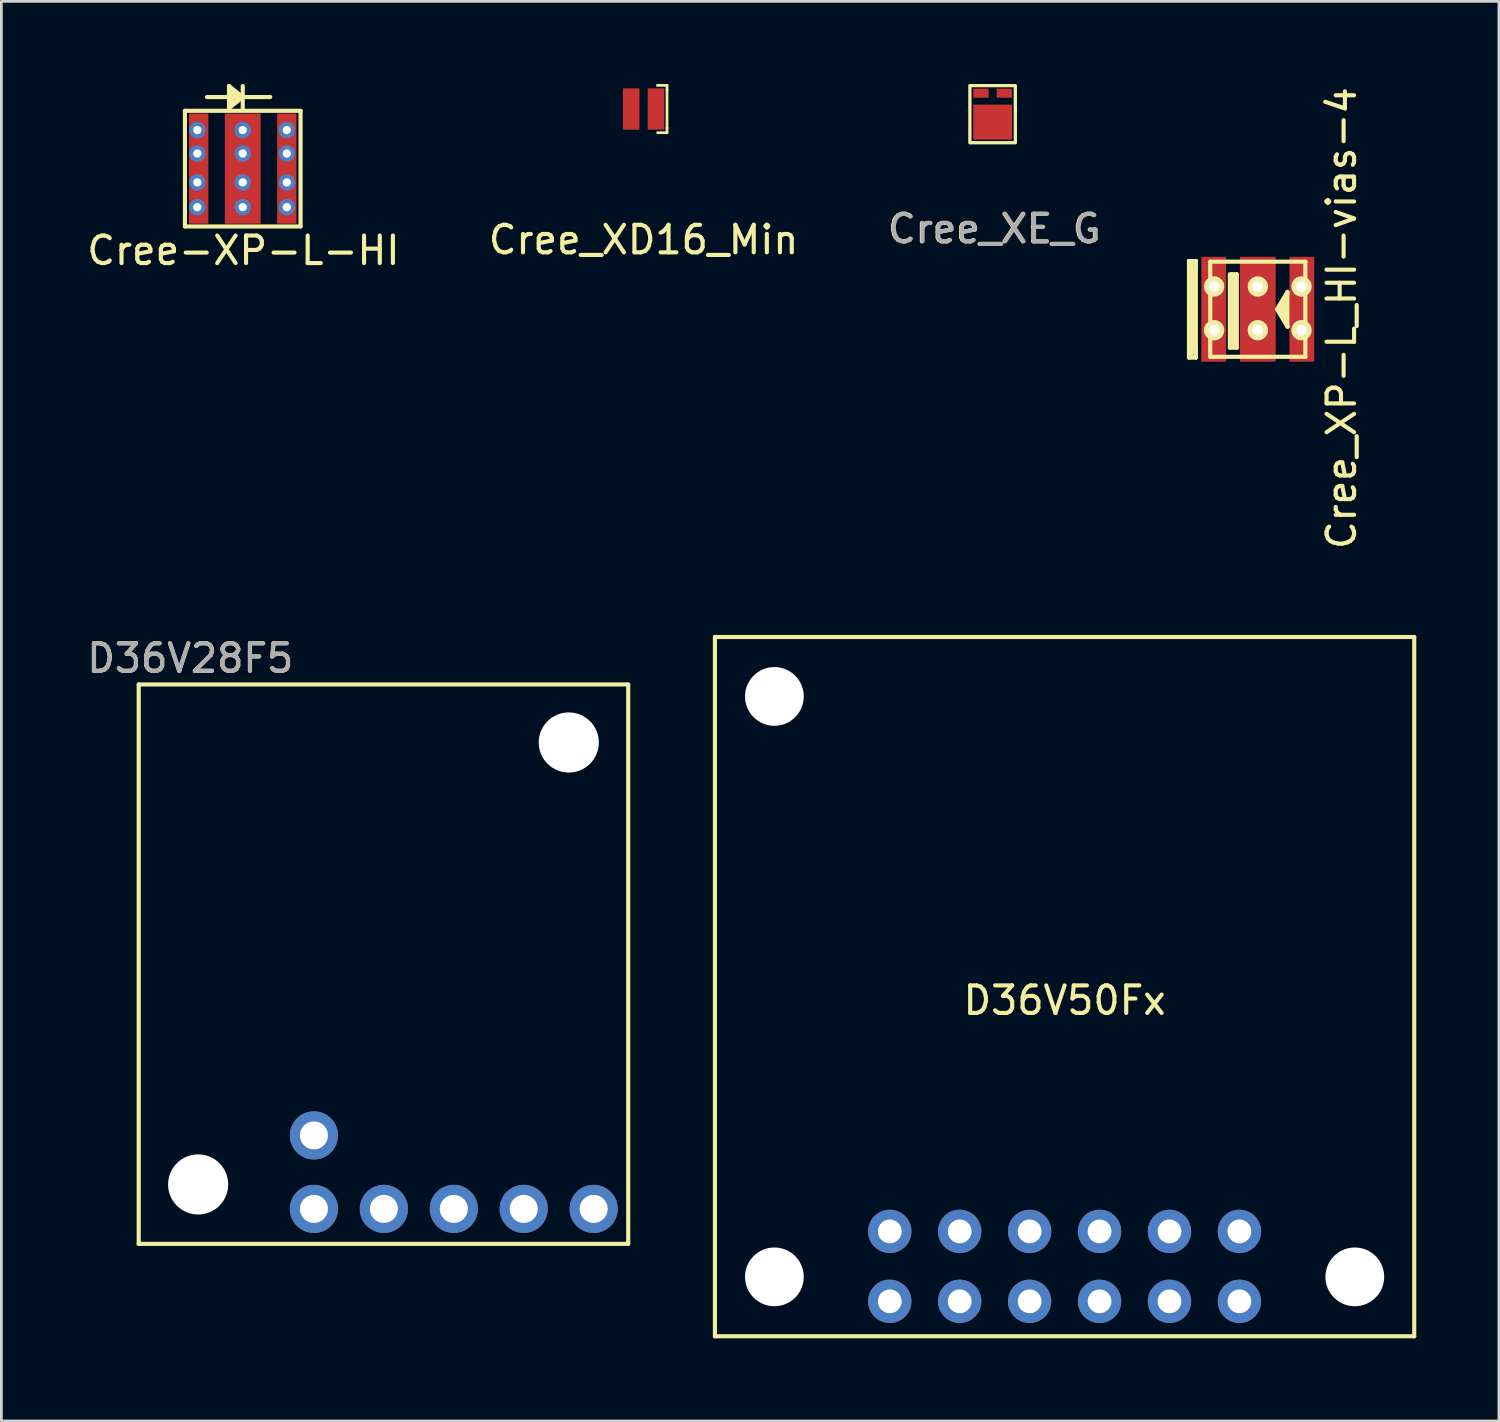
<source format=kicad_pcb>
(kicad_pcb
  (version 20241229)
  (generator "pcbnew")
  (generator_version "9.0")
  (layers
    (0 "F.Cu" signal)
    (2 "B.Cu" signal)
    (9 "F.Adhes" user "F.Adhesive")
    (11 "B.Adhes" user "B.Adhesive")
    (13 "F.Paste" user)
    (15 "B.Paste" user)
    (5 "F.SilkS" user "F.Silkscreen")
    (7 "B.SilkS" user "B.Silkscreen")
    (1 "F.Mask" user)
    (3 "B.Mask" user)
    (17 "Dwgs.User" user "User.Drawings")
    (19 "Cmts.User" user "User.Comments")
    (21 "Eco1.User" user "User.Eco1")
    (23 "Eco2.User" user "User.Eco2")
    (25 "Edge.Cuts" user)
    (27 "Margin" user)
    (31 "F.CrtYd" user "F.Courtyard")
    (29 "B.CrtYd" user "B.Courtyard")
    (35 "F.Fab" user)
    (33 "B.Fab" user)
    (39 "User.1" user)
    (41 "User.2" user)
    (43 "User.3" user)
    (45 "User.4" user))
  (footprint "D36V28F5"
    (layer "F.Cu")
    (at 11.113 33.11)
    (property "Reference" "D36V28F5" (at -7.25 -12.25 0) (unlocked yes) (layer "F.SilkS") (effects (font (size 1 1) (thickness 0.15))))
    (attr smd)
    (fp_line (start -9.125 -11.3) (end -9.125 9.02) (stroke (width 0.15) (type solid)) (layer "F.SilkS"))
    (fp_line (start -9.125 9.02) (end 8.655 9.02) (stroke (width 0.15) (type solid)) (layer "F.SilkS"))
    (fp_line (start 8.655 -11.3) (end -9.125 -11.3) (stroke (width 0.15) (type solid)) (layer "F.SilkS"))
    (fp_line (start 8.655 9.02) (end 8.655 -11.3) (stroke (width 0.15) (type solid)) (layer "F.SilkS"))
    (fp_text user "${REFERENCE}" (at -7.25 -12.25 0) (unlocked yes) (layer "F.Fab") (effects (font (size 1 1) (thickness 0.15))))
    (pad "" np_thru_hole circle (at -6.966 6.861) (size 2.184 2.184) (drill 2.184) (layers "*.Cu" "*.Mask"))
    (pad "" np_thru_hole circle (at 6.496 -9.192) (size 2.184 2.184) (drill 2.184) (layers "*.Cu" "*.Mask"))
    (pad "1" thru_hole circle (at 7.4 7.75) (size 1.75 1.75) (drill 1.02) (layers "*.Cu" "*.Mask"))
    (pad "2" thru_hole circle (at 4.86 7.75) (size 1.75 1.75) (drill 1.02) (layers "*.Cu" "*.Mask"))
    (pad "3" thru_hole circle (at 2.32 7.75) (size 1.75 1.75) (drill 1.02) (layers "*.Cu" "*.Mask"))
    (pad "4" thru_hole circle (at -0.22 7.75) (size 1.75 1.75) (drill 1.02) (layers "*.Cu" "*.Mask"))
    (pad "5" thru_hole circle (at -2.76 7.75) (size 1.75 1.75) (drill 1.02) (layers "*.Cu" "*.Mask"))
    (pad "6" thru_hole circle (at -2.76 5.08) (size 1.75 1.75) (drill 1.02) (layers "*.Cu" "*.Mask")))
  (footprint "Cree_XD16_Min"
    (layer "F.Cu")
    (at 20.327 0.91)
    (property "Reference" "Cree_XD16_Min" (at 0 4.75 0) (layer "F.SilkS") (effects (font (size 1 1) (thickness 0.15))))
    (attr through_hole)
    (fp_line (start 0.5 -0.86) (end 0.85 -0.86) (stroke (width 0.1) (type solid)) (layer "F.SilkS"))
    (fp_line (start 0.51 0.86) (end 0.85 0.86) (stroke (width 0.1) (type solid)) (layer "F.SilkS"))
    (fp_line (start 0.85 -0.86) (end 0.85 -0.7) (stroke (width 0.1) (type solid)) (layer "F.SilkS"))
    (fp_line (start 0.85 -0.7) (end 0.85 0.69) (stroke (width 0.1) (type solid)) (layer "F.SilkS"))
    (fp_line (start 0.85 0.86) (end 0.85 0.69) (stroke (width 0.1) (type solid)) (layer "F.SilkS"))
    (pad "1" smd rect (at -0.45 0) (size 0.6 1.5) (layers "F.Cu" "F.Mask" "F.Paste"))
    (pad "2" smd rect (at 0.45 0) (size 0.6 1.5) (layers "F.Cu" "F.Mask" "F.Paste")))
  (footprint "D36V50Fx"
    (layer "F.Cu")
    (at 35.618 32.787)
    (property "Reference" "D36V50Fx" (at 0 0.5 0) (layer "F.SilkS") (effects (font (size 1 1) (thickness 0.15))))
    (attr through_hole)
    (fp_line (start -12.7 -12.7) (end 12.7 -12.7) (stroke (width 0.15) (type solid)) (layer "F.SilkS"))
    (fp_line (start -12.7 12.7) (end -12.7 -12.7) (stroke (width 0.15) (type solid)) (layer "F.SilkS"))
    (fp_line (start 12.7 -12.7) (end 12.7 12.7) (stroke (width 0.15) (type solid)) (layer "F.SilkS"))
    (fp_line (start 12.7 12.7) (end -12.7 12.7) (stroke (width 0.15) (type solid)) (layer "F.SilkS"))
    (pad "" np_thru_hole circle (at -10.541 -10.541) (size 2.134 2.134) (drill 2.134) (layers "*.Cu" "*.Mask"))
    (pad "" np_thru_hole circle (at -10.541 10.541) (size 2.134 2.134) (drill 2.134) (layers "*.Cu" "*.Mask"))
    (pad "" np_thru_hole circle (at 10.541 10.541) (size 2.134 2.134) (drill 2.134) (layers "*.Cu" "*.Mask"))
    (pad "1" thru_hole circle (at 6.35 11.43) (size 1.575 1.575) (drill 0.864) (layers "*.Cu" "*.Mask"))
    (pad "2" thru_hole circle (at 6.35 8.89) (size 1.575 1.575) (drill 0.864) (layers "*.Cu" "*.Mask"))
    (pad "3" thru_hole circle (at 3.81 11.43) (size 1.575 1.575) (drill 0.864) (layers "*.Cu" "*.Mask"))
    (pad "4" thru_hole circle (at 3.81 8.89) (size 1.575 1.575) (drill 0.864) (layers "*.Cu" "*.Mask"))
    (pad "5" thru_hole circle (at 1.27 11.43) (size 1.575 1.575) (drill 0.864) (layers "*.Cu" "*.Mask"))
    (pad "6" thru_hole circle (at 1.27 8.89) (size 1.575 1.575) (drill 0.864) (layers "*.Cu" "*.Mask"))
    (pad "7" thru_hole circle (at -1.27 11.43) (size 1.575 1.575) (drill 0.864) (layers "*.Cu" "*.Mask"))
    (pad "8" thru_hole circle (at -1.27 8.89) (size 1.575 1.575) (drill 0.864) (layers "*.Cu" "*.Mask"))
    (pad "9" thru_hole circle (at -3.81 11.43) (size 1.575 1.575) (drill 0.864) (layers "*.Cu" "*.Mask"))
    (pad "10" thru_hole circle (at -3.81 8.89) (size 1.575 1.575) (drill 0.864) (layers "*.Cu" "*.Mask"))
    (pad "11" thru_hole circle (at -6.35 11.43) (size 1.575 1.575) (drill 0.864) (layers "*.Cu" "*.Mask"))
    (pad "12" thru_hole circle (at -6.35 8.89) (size 1.575 1.575) (drill 0.864) (layers "*.Cu" "*.Mask")))
  (footprint "Cree_XP-L_HI-vias-4"
    (layer "F.Cu")
    (at 42.636 8.182)
    (property "Reference" "Cree_XP-L_HI-vias-4" (at 3.042 0.324 90) (layer "F.SilkS") (effects (font (size 1 1) (thickness 0.15))))
    (attr smd)
    (fp_line (start -2.5 -1.75) (end -2.25 -1.75) (stroke (width 0.15) (type solid)) (layer "F.SilkS"))
    (fp_line (start -2.5 -1.75) (end -2.25 1.75) (stroke (width 0.15) (type solid)) (layer "F.SilkS"))
    (fp_line (start -2.5 1.75) (end -2.5 -1.75) (stroke (width 0.15) (type solid)) (layer "F.SilkS"))
    (fp_line (start -2.5 1.75) (end -2.25 -1.75) (stroke (width 0.15) (type solid)) (layer "F.SilkS"))
    (fp_line (start -2.4 -1.7) (end -2.4 1.6) (stroke (width 0.15) (type solid)) (layer "F.SilkS"))
    (fp_line (start -2.25 -1.75) (end -2.5 -1.75) (stroke (width 0.15) (type solid)) (layer "F.SilkS"))
    (fp_line (start -2.25 -1.75) (end -2.25 1.75) (stroke (width 0.15) (type solid)) (layer "F.SilkS"))
    (fp_line (start -2.25 1.75) (end -2.5 1.75) (stroke (width 0.15) (type solid)) (layer "F.SilkS"))
    (fp_line (start -2.25 1.75) (end -2.5 1.75) (stroke (width 0.15) (type solid)) (layer "F.SilkS"))
    (fp_line (start -1.727 -1.727) (end 1.727 -1.727) (stroke (width 0.15) (type solid)) (layer "F.SilkS"))
    (fp_line (start -1.727 1.727) (end -1.727 -1.727) (stroke (width 0.15) (type solid)) (layer "F.SilkS"))
    (fp_line (start -1.016 -1.27) (end -1.016 1.397) (stroke (width 0.15) (type solid)) (layer "F.SilkS"))
    (fp_line (start -1.016 1.397) (end -0.762 1.397) (stroke (width 0.15) (type solid)) (layer "F.SilkS"))
    (fp_line (start -0.953 -1.27) (end -0.889 -1.206) (stroke (width 0.15) (type solid)) (layer "F.SilkS"))
    (fp_line (start -0.889 -1.206) (end -0.889 1.27) (stroke (width 0.15) (type solid)) (layer "F.SilkS"))
    (fp_line (start -0.762 -1.27) (end -0.953 -1.27) (stroke (width 0.15) (type solid)) (layer "F.SilkS"))
    (fp_line (start -0.762 1.397) (end -0.762 -1.27) (stroke (width 0.15) (type solid)) (layer "F.SilkS"))
    (fp_line (start 0.699 0) (end 1.079 0.635) (stroke (width 0.15) (type solid)) (layer "F.SilkS"))
    (fp_line (start 0.826 0) (end 0.889 -0.127) (stroke (width 0.15) (type solid)) (layer "F.SilkS"))
    (fp_line (start 0.889 -0.127) (end 0.889 -0.191) (stroke (width 0.15) (type solid)) (layer "F.SilkS"))
    (fp_line (start 0.953 -0.191) (end 1.016 0.381) (stroke (width 0.15) (type solid)) (layer "F.SilkS"))
    (fp_line (start 1.016 0.381) (end 0.826 0) (stroke (width 0.15) (type solid)) (layer "F.SilkS"))
    (fp_line (start 1.079 -0.635) (end 0.699 0) (stroke (width 0.15) (type solid)) (layer "F.SilkS"))
    (fp_line (start 1.079 -0.572) (end 0.953 -0.191) (stroke (width 0.15) (type solid)) (layer "F.SilkS"))
    (fp_line (start 1.079 0.635) (end 1.079 -0.572) (stroke (width 0.15) (type solid)) (layer "F.SilkS"))
    (fp_line (start 1.727 -1.727) (end 1.727 1.727) (stroke (width 0.15) (type solid)) (layer "F.SilkS"))
    (fp_line (start 1.727 1.727) (end -1.727 1.727) (stroke (width 0.15) (type solid)) (layer "F.SilkS"))
    (pad "1" smd rect (at -1.6 0) (size 0.9 3.81) (layers "F.Cu" "F.Mask" "F.Paste"))
    (pad "1" thru_hole circle (at -1.587 -0.826) (size 0.737 0.737) (drill 0.381) (layers "*.Cu" "*.Mask" "F.SilkS"))
    (pad "1" thru_hole circle (at -1.587 0.762) (size 0.737 0.737) (drill 0.381) (layers "*.Cu" "*.Mask" "F.SilkS"))
    (pad "2" thru_hole circle (at 1.587 -0.826) (size 0.737 0.737) (drill 0.381) (layers "*.Cu" "*.Mask" "F.SilkS"))
    (pad "2" thru_hole circle (at 1.587 0.762) (size 0.737 0.737) (drill 0.381) (layers "*.Cu" "*.Mask" "F.SilkS"))
    (pad "2" smd rect (at 1.6 0) (size 0.9 3.81) (layers "F.Cu" "F.Mask" "F.Paste"))
    (pad "3" thru_hole circle (at 0 -0.826) (size 0.737 0.737) (drill 0.381) (layers "*.Cu" "*.Mask" "F.SilkS"))
    (pad "3" smd rect (at 0 0) (size 1.3 3.81) (layers "F.Cu" "F.Mask" "F.Paste"))
    (pad "3" thru_hole circle (at 0 0.762) (size 0.737 0.737) (drill 0.381) (layers "*.Cu" "*.Mask" "F.SilkS")))
  (footprint "Cree-XP-L-HI"
    (layer "F.Cu")
    (at 5.767 3.075)
    (property "Reference" "Cree-XP-L-HI" (at 0.025 2.975 0) (layer "F.SilkS") (effects (font (size 1 1) (thickness 0.15))))
    (attr through_hole)
    (fp_line (start -2.1 -2.1) (end 2.1 -2.1) (stroke (width 0.15) (type solid)) (layer "F.SilkS"))
    (fp_line (start -2.1 2.1) (end -2.1 -2.1) (stroke (width 0.15) (type solid)) (layer "F.SilkS"))
    (fp_line (start -1.3 -2.6) (end 1 -2.6) (stroke (width 0.15) (type solid)) (layer "F.SilkS"))
    (fp_line (start -0.5 -3) (end -0.5 -2.2) (stroke (width 0.15) (type solid)) (layer "F.SilkS"))
    (fp_line (start -0.5 -2.2) (end 0 -2.6) (stroke (width 0.15) (type solid)) (layer "F.SilkS"))
    (fp_line (start -0.4 -2.8) (end -0.3 -2.6) (stroke (width 0.15) (type solid)) (layer "F.SilkS"))
    (fp_line (start -0.4 -2.4) (end -0.4 -2.5) (stroke (width 0.15) (type solid)) (layer "F.SilkS"))
    (fp_line (start -0.3 -2.7) (end -0.2 -2.5) (stroke (width 0.15) (type solid)) (layer "F.SilkS"))
    (fp_line (start -0.3 -2.6) (end -0.3 -2.7) (stroke (width 0.15) (type solid)) (layer "F.SilkS"))
    (fp_line (start -0.3 -2.4) (end -0.4 -2.5) (stroke (width 0.15) (type solid)) (layer "F.SilkS"))
    (fp_line (start -0.2 -2.5) (end -0.3 -2.4) (stroke (width 0.15) (type solid)) (layer "F.SilkS"))
    (fp_line (start 0 -3) (end 0 -2.2) (stroke (width 0.15) (type solid)) (layer "F.SilkS"))
    (fp_line (start 0 -2.6) (end -0.5 -3) (stroke (width 0.15) (type solid)) (layer "F.SilkS"))
    (fp_line (start 2.1 -2.1) (end 2.1 2.1) (stroke (width 0.15) (type solid)) (layer "F.SilkS"))
    (fp_line (start 2.1 2.1) (end -2.1 2.1) (stroke (width 0.15) (type solid)) (layer "F.SilkS"))
    (pad "1" thru_hole circle (at -1.65 -1.4) (size 0.6 0.6) (drill 0.3) (layers "*.Cu" "F.Mask"))
    (pad "1" thru_hole circle (at -1.65 -0.55) (size 0.6 0.6) (drill 0.3) (layers "*.Cu" "F.Mask"))
    (pad "1" thru_hole circle (at -1.65 0.5) (size 0.6 0.6) (drill 0.3) (layers "*.Cu" "F.Mask"))
    (pad "1" thru_hole circle (at -1.65 1.4) (size 0.6 0.6) (drill 0.3) (layers "*.Cu" "F.Mask"))
    (pad "1" smd rect (at -1.6 0) (size 0.7 4) (layers "F.Cu" "F.Mask" "F.Paste"))
    (pad "2" thru_hole circle (at 1.6 -1.4) (size 0.6 0.6) (drill 0.3) (layers "*.Cu" "F.Mask"))
    (pad "2" thru_hole circle (at 1.6 -0.55) (size 0.6 0.6) (drill 0.3) (layers "*.Cu" "F.Mask"))
    (pad "2" smd rect (at 1.6 0) (size 0.7 4) (layers "F.Cu" "F.Mask" "F.Paste"))
    (pad "2" thru_hole circle (at 1.6 0.5) (size 0.6 0.6) (drill 0.3) (layers "*.Cu" "F.Mask"))
    (pad "2" thru_hole circle (at 1.6 1.4) (size 0.6 0.6) (drill 0.3) (layers "*.Cu" "F.Mask"))
    (pad "3" thru_hole circle (at 0 -1.4) (size 0.6 0.6) (drill 0.3) (layers "*.Cu" "*.Mask"))
    (pad "3" thru_hole circle (at 0 -0.55) (size 0.6 0.6) (drill 0.3) (layers "*.Cu" "*.Mask"))
    (pad "3" smd rect (at 0 0) (size 1.3 4) (layers "F.Cu" "F.Mask" "F.Paste"))
    (pad "3" thru_hole circle (at 0 0.5) (size 0.6 0.6) (drill 0.3) (layers "*.Cu" "*.Mask"))
    (pad "3" thru_hole circle (at 0 1.4) (size 0.6 0.6) (drill 0.3) (layers "*.Cu" "*.Mask")))
  (footprint "Cree_XE_G"
    (layer "F.Cu")
    (at 33.004 1.385)
    (property "Reference" "Cree_XE_G" (at 0.05 3.875 0) (unlocked yes) (layer "F.SilkS") (effects (font (size 1 1) (thickness 0.15))))
    (attr smd)
    (fp_rect (start -0.825 -1.325) (end 0.825 0.75) (stroke (width 0.12) (type solid)) (fill no) (layer "F.SilkS"))
    (fp_text user "${REFERENCE}" (at 0.075 3.875 0) (unlocked yes) (layer "F.Fab") (effects (font (size 1 1) (thickness 0.15))))
    (pad "1" smd rect (at 0.425 -1.05) (size 0.555 0.33) (layers "F.Cu" "F.Mask" "F.Paste"))
    (pad "2" smd rect (at -0.425 -1.05) (size 0.555 0.33) (layers "F.Cu" "F.Mask" "F.Paste"))
    (pad "3" smd rect (at 0 0) (size 1.41 1.27) (layers "F.Cu" "F.Mask" "F.Paste")))
  (gr_rect
    (start -3 -3)
    (end 51.393 48.562)
    (stroke (width 0.1) (type default))
    (fill no)
    (layer "Edge.Cuts")))
</source>
